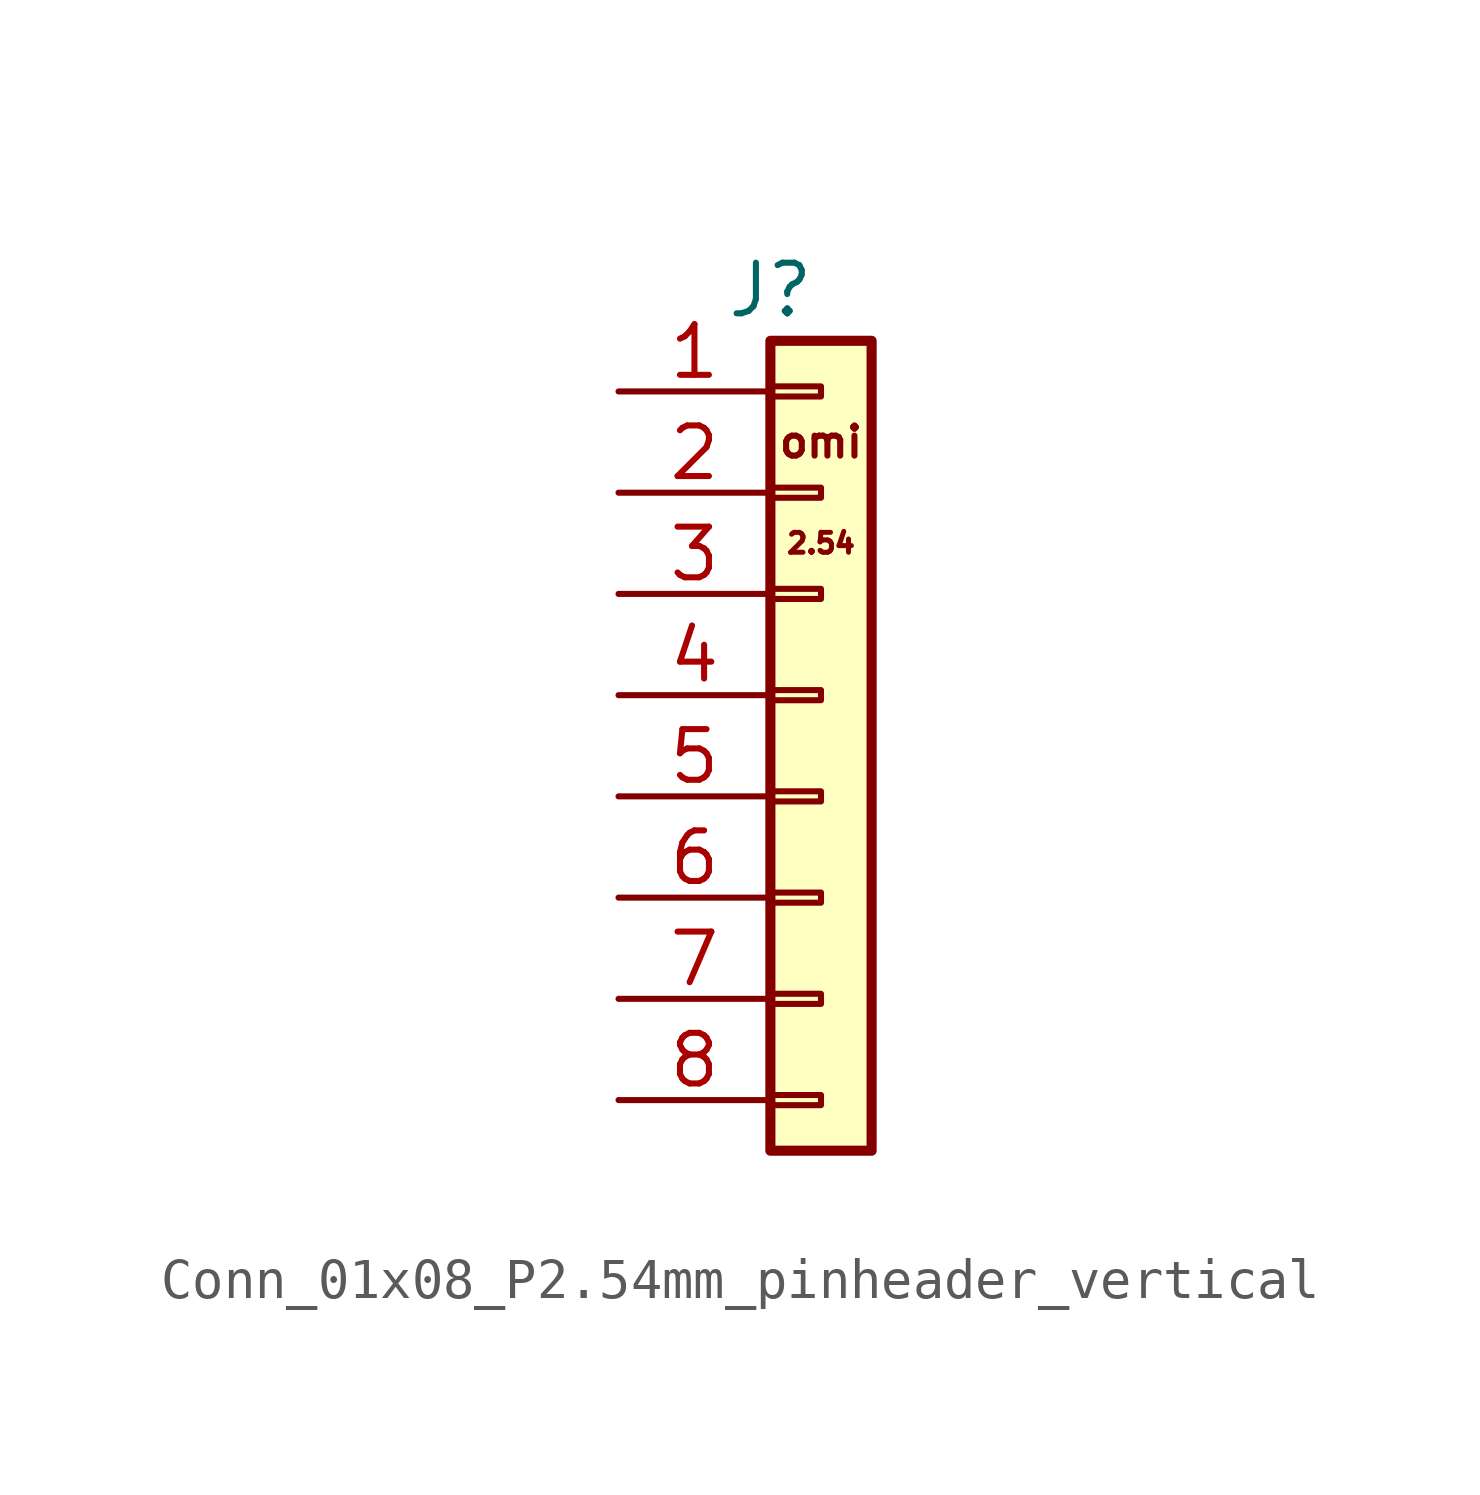
<source format=kicad_sym>
(kicad_symbol_lib
  (version 20220914)
  (generator kicad_symbol_editor)
  (symbol "Conn_01x08_P2.54mm_pinheader_vertical"
    (pin_names
      (offset 1.016) hide)
    (property "Reference" "J"
      (at -1.27 10.16 0)
      (effects (font (size 1.27 1.27))))
    (symbol "Conn_01x08_P2.54mm_pinheader_vertical_1_1"
      (rectangle (start -1.27 -10.033) (end 0 -10.287) (stroke (width 0.152) (type default)) (fill (type none)))
      (rectangle (start -1.27 -7.493) (end 0 -7.747) (stroke (width 0.152) (type default)) (fill (type none)))
      (rectangle (start -1.27 -4.953) (end 0 -5.207) (stroke (width 0.152) (type default)) (fill (type none)))
      (rectangle (start -1.27 -2.413) (end 0 -2.667) (stroke (width 0.152) (type default)) (fill (type none)))
      (rectangle (start -1.27 0.127) (end 0 -0.127) (stroke (width 0.152) (type default)) (fill (type none)))
      (rectangle (start -1.27 2.667) (end 0 2.413) (stroke (width 0.152) (type default)) (fill (type none)))
      (rectangle (start -1.27 5.207) (end 0 4.953) (stroke (width 0.152) (type default)) (fill (type none)))
      (rectangle (start -1.27 7.747) (end 0 7.493) (stroke (width 0.152) (type default)) (fill (type none)))
      (rectangle (start -1.27 8.89) (end 1.27 -11.43) (stroke (width 0.254) (type default)) (fill (type background)))
      (text "2.54" (at 0 3.81 0) (effects (font (size 0.5 0.5))))
      (text "omi" (at 0 6.35 0) (effects (font (size 0.75 0.75))))
      (pin passive line (at -5.08 7.62 0) (length 3.81) (name "Pin_1" (effects (font (size 1.27 1.27)))) (number "1" (effects (font (size 1.27 1.27)))))
      (pin passive line (at -5.08 5.08 0) (length 3.81) (name "Pin_2" (effects (font (size 1.27 1.27)))) (number "2" (effects (font (size 1.27 1.27)))))
      (pin passive line (at -5.08 2.54 0) (length 3.81) (name "Pin_3" (effects (font (size 1.27 1.27)))) (number "3" (effects (font (size 1.27 1.27)))))
      (pin passive line (at -5.08 0 0) (length 3.81) (name "Pin_4" (effects (font (size 1.27 1.27)))) (number "4" (effects (font (size 1.27 1.27)))))
      (pin passive line (at -5.08 -2.54 0) (length 3.81) (name "Pin_5" (effects (font (size 1.27 1.27)))) (number "5" (effects (font (size 1.27 1.27)))))
      (pin passive line (at -5.08 -5.08 0) (length 3.81) (name "Pin_6" (effects (font (size 1.27 1.27)))) (number "6" (effects (font (size 1.27 1.27)))))
      (pin passive line (at -5.08 -7.62 0) (length 3.81) (name "Pin_7" (effects (font (size 1.27 1.27)))) (number "7" (effects (font (size 1.27 1.27)))))
      (pin passive line (at -5.08 -10.16 0) (length 3.81) (name "Pin_8" (effects (font (size 1.27 1.27)))) (number "8" (effects (font (size 1.27 1.27))))))))
</source>
